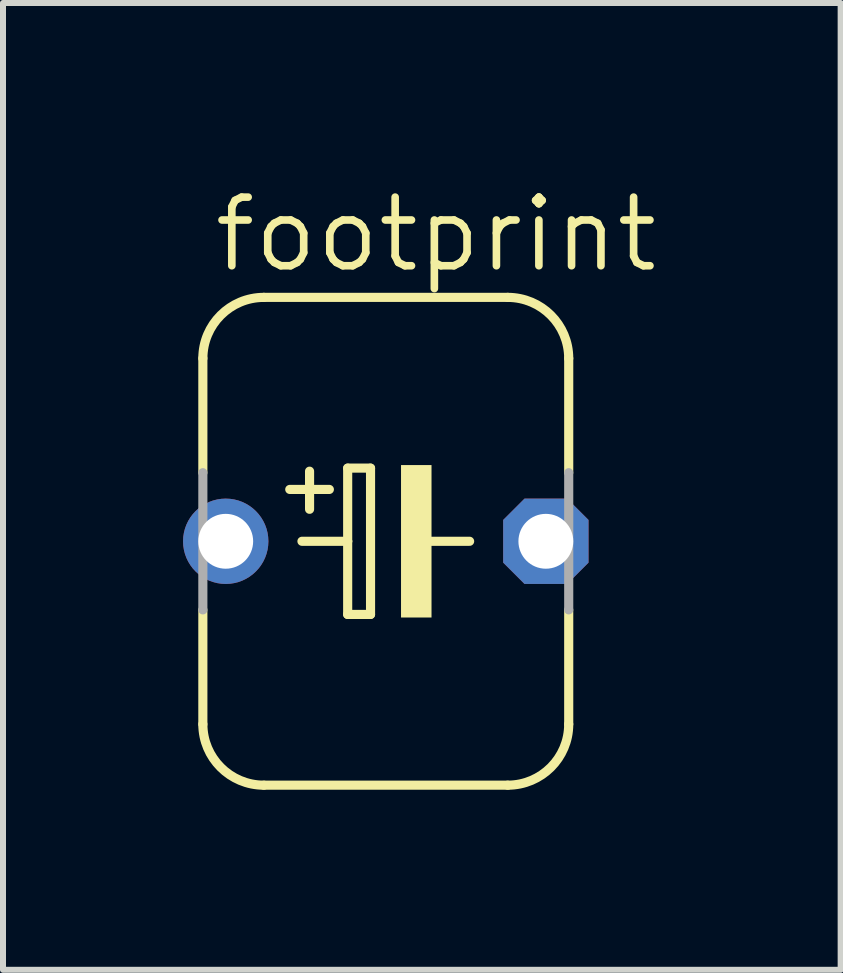
<source format=kicad_pcb>
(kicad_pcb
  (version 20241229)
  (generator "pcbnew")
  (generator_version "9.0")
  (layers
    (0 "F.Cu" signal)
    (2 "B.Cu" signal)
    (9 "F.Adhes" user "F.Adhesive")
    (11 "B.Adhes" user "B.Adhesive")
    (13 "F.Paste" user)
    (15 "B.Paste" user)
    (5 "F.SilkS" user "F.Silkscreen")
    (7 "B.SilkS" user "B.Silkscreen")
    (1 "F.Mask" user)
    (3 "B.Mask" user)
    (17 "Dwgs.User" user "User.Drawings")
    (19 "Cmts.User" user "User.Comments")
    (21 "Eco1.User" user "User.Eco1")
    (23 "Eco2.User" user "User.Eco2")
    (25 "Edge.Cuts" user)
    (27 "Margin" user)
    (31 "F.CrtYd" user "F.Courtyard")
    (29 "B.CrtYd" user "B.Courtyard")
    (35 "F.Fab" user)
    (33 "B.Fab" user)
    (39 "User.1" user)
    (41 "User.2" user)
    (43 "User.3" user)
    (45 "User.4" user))
  (footprint "footprint"
    (layer "F.Cu")
    (at 3.378 5.969)
    (property "Reference" "footprint" (at -2.921 -4.445 0) (layer "F.SilkS") (effects (font (size 1.143 1.143) (thickness 0.127)) (justify left bottom)))
    (fp_line (start -3.048 -3.048) (end -3.048 -1.143) (stroke (width 0.152) (type solid)) (layer "F.SilkS"))
    (fp_line (start -3.048 1.143) (end -3.048 3.048) (stroke (width 0.152) (type solid)) (layer "F.SilkS"))
    (fp_line (start -2.032 4.064) (end 2.032 4.064) (stroke (width 0.152) (type solid)) (layer "F.SilkS"))
    (fp_line (start -1.397 0) (end -0.635 0) (stroke (width 0.152) (type solid)) (layer "F.SilkS"))
    (fp_line (start -1.27 -1.168) (end -1.27 -0.533) (stroke (width 0.152) (type solid)) (layer "F.SilkS"))
    (fp_line (start -0.94 -0.864) (end -1.6 -0.864) (stroke (width 0.152) (type solid)) (layer "F.SilkS"))
    (fp_line (start -0.635 -1.219) (end -0.635 0) (stroke (width 0.152) (type solid)) (layer "F.SilkS"))
    (fp_line (start -0.635 0) (end -0.635 1.219) (stroke (width 0.152) (type solid)) (layer "F.SilkS"))
    (fp_line (start -0.635 1.219) (end -0.254 1.219) (stroke (width 0.152) (type solid)) (layer "F.SilkS"))
    (fp_line (start -0.254 -1.219) (end -0.635 -1.219) (stroke (width 0.152) (type solid)) (layer "F.SilkS"))
    (fp_line (start -0.254 1.219) (end -0.254 -1.219) (stroke (width 0.152) (type solid)) (layer "F.SilkS"))
    (fp_line (start 0.635 0) (end 1.397 0) (stroke (width 0.152) (type solid)) (layer "F.SilkS"))
    (fp_line (start 2.032 -4.064) (end -2.032 -4.064) (stroke (width 0.152) (type solid)) (layer "F.SilkS"))
    (fp_line (start 3.048 -3.048) (end 3.048 -1.143) (stroke (width 0.152) (type solid)) (layer "F.SilkS"))
    (fp_line (start 3.048 1.143) (end 3.048 3.048) (stroke (width 0.152) (type solid)) (layer "F.SilkS"))
    (fp_arc (start -3.048 -3.048) (mid -2.75042 -3.76642) (end -2.032 -4.064) (stroke (width 0.1524) (type solid)) (layer "F.SilkS"))
    (fp_arc (start -2.032 4.064) (mid -2.75042 3.76642) (end -3.048 3.048) (stroke (width 0.1524) (type solid)) (layer "F.SilkS"))
    (fp_arc (start 2.032 -4.064) (mid 2.75042 -3.76642) (end 3.048 -3.048) (stroke (width 0.1524) (type solid)) (layer "F.SilkS"))
    (fp_arc (start 3.048 3.048) (mid 2.75042 3.76642) (end 2.032 4.064) (stroke (width 0.1524) (type solid)) (layer "F.SilkS"))
    (fp_poly (pts (xy 0.254 1.27) (xy 0.762 1.27) (xy 0.762 -1.27) (xy 0.254 -1.27)) (stroke (width 0) (type solid)) (fill yes) (layer "F.SilkS"))
    (fp_line (start -3.048 1.143) (end -3.048 -1.143) (stroke (width 0.152) (type solid)) (layer "F.Fab"))
    (fp_line (start 3.048 1.143) (end 3.048 -1.143) (stroke (width 0.152) (type solid)) (layer "F.Fab"))
    (pad "+" thru_hole circle (at -2.667 0) (size 1.422 1.422) (drill 0.914) (layers "*.Cu" "*.Mask"))
    (pad "-" thru_hole roundrect (at 2.667 0) (size 1.422 1.422) (drill 0.914) (layers "*.Cu" "*.Mask") (roundrect_rratio 0.25) (chamfer_ratio 0.25) (chamfer top_left top_right bottom_left bottom_right)))
  (gr_rect
    (start -3 -3)
    (end 10.957 13.109)
    (stroke (width 0.1) (type default))
    (fill no)
    (layer "Edge.Cuts")))
</source>
